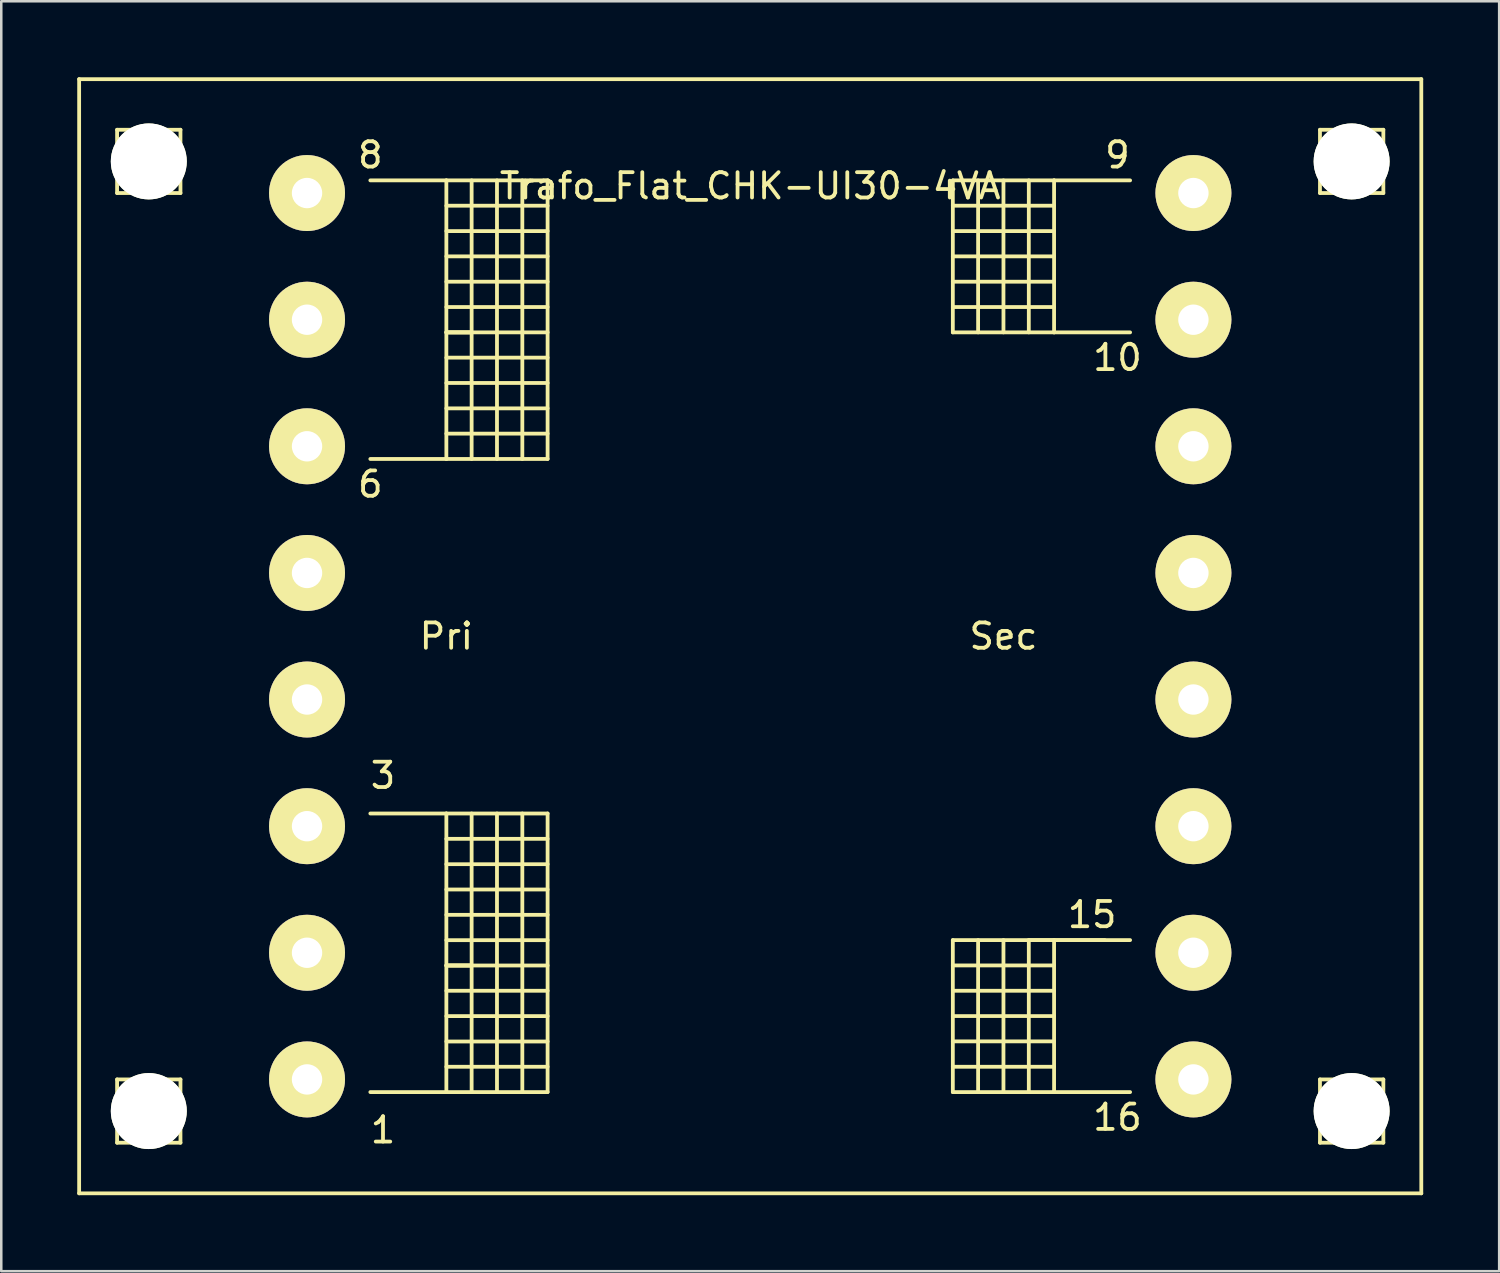
<source format=kicad_pcb>
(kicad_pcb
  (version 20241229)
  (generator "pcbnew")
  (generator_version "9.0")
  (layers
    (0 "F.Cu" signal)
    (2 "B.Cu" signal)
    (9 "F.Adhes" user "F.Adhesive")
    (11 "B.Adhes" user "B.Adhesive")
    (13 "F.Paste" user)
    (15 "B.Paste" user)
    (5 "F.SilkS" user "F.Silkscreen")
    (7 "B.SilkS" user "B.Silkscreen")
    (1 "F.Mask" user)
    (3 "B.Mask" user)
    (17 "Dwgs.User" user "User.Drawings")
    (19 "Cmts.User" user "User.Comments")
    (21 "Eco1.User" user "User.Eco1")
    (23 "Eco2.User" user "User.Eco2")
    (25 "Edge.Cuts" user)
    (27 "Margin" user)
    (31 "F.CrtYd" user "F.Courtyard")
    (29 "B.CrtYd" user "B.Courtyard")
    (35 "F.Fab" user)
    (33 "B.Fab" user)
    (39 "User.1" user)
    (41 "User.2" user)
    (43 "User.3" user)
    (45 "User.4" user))
  (footprint "Trafo_Flat_CHK-UI30-4VA"
    (layer "F.Cu")
    (at 26.575 22.074)
    (property "Reference" "Trafo_Flat_CHK-UI30-4VA" (at 0 -17.78 0) (layer "F.SilkS") (effects (font (size 1 1) (thickness 0.15))))
    (attr through_hole)
    (fp_line (start -26.5 -21.999) (end -26.5 21.999) (stroke (width 0.15) (type solid)) (layer "F.SilkS"))
    (fp_line (start -26.5 21.999) (end 26.5 21.999) (stroke (width 0.15) (type solid)) (layer "F.SilkS"))
    (fp_line (start -25.001 -20) (end -25.001 -17.501) (stroke (width 0.15) (type solid)) (layer "F.SilkS"))
    (fp_line (start -25.001 -17.501) (end -22.499 -17.501) (stroke (width 0.15) (type solid)) (layer "F.SilkS"))
    (fp_line (start -25.001 17.501) (end -25.001 20) (stroke (width 0.15) (type solid)) (layer "F.SilkS"))
    (fp_line (start -25.001 20) (end -22.499 20) (stroke (width 0.15) (type solid)) (layer "F.SilkS"))
    (fp_line (start -23.749 -20) (end -25.001 -20) (stroke (width 0.15) (type solid)) (layer "F.SilkS"))
    (fp_line (start -23.749 17.501) (end -25.001 17.501) (stroke (width 0.15) (type solid)) (layer "F.SilkS"))
    (fp_line (start -22.499 -20) (end -23.749 -20) (stroke (width 0.15) (type solid)) (layer "F.SilkS"))
    (fp_line (start -22.499 -17.501) (end -22.499 -20) (stroke (width 0.15) (type solid)) (layer "F.SilkS"))
    (fp_line (start -22.499 17.501) (end -23.749 17.501) (stroke (width 0.15) (type solid)) (layer "F.SilkS"))
    (fp_line (start -22.499 20) (end -22.499 17.501) (stroke (width 0.15) (type solid)) (layer "F.SilkS"))
    (fp_line (start -15.001 -18.001) (end -11.999 -18.001) (stroke (width 0.15) (type solid)) (layer "F.SilkS"))
    (fp_line (start -15.001 7) (end -11.999 7) (stroke (width 0.15) (type solid)) (layer "F.SilkS"))
    (fp_line (start -11.999 -18.001) (end -11.999 -7) (stroke (width 0.15) (type solid)) (layer "F.SilkS"))
    (fp_line (start -11.999 -18.001) (end -8.001 -18.001) (stroke (width 0.15) (type solid)) (layer "F.SilkS"))
    (fp_line (start -11.999 -17) (end -8.001 -17) (stroke (width 0.15) (type solid)) (layer "F.SilkS"))
    (fp_line (start -11.999 -15.999) (end -8.001 -15.999) (stroke (width 0.15) (type solid)) (layer "F.SilkS"))
    (fp_line (start -11.999 -15.001) (end -8.001 -15.001) (stroke (width 0.15) (type solid)) (layer "F.SilkS"))
    (fp_line (start -11.999 -14) (end -8.001 -14) (stroke (width 0.15) (type solid)) (layer "F.SilkS"))
    (fp_line (start -11.999 -13) (end -8.001 -13) (stroke (width 0.15) (type solid)) (layer "F.SilkS"))
    (fp_line (start -11.999 -11.999) (end -11.001 -11.999) (stroke (width 0.15) (type solid)) (layer "F.SilkS"))
    (fp_line (start -11.999 -11.001) (end -8.001 -11.001) (stroke (width 0.15) (type solid)) (layer "F.SilkS"))
    (fp_line (start -11.999 -8.999) (end -8.999 -8.999) (stroke (width 0.15) (type solid)) (layer "F.SilkS"))
    (fp_line (start -11.999 -7) (end -15.001 -7) (stroke (width 0.15) (type solid)) (layer "F.SilkS"))
    (fp_line (start -11.999 7) (end -11.999 18.001) (stroke (width 0.15) (type solid)) (layer "F.SilkS"))
    (fp_line (start -11.999 7) (end -8.001 7) (stroke (width 0.15) (type solid)) (layer "F.SilkS"))
    (fp_line (start -11.999 8.001) (end -8.001 8.001) (stroke (width 0.15) (type solid)) (layer "F.SilkS"))
    (fp_line (start -11.999 9.002) (end -8.001 9.002) (stroke (width 0.15) (type solid)) (layer "F.SilkS"))
    (fp_line (start -11.999 10) (end -8.001 10) (stroke (width 0.15) (type solid)) (layer "F.SilkS"))
    (fp_line (start -11.999 11.001) (end -8.001 11.001) (stroke (width 0.15) (type solid)) (layer "F.SilkS"))
    (fp_line (start -11.999 12.002) (end -8.001 12.002) (stroke (width 0.15) (type solid)) (layer "F.SilkS"))
    (fp_line (start -11.999 13.002) (end -11.001 13.002) (stroke (width 0.15) (type solid)) (layer "F.SilkS"))
    (fp_line (start -11.999 14) (end -8.001 14) (stroke (width 0.15) (type solid)) (layer "F.SilkS"))
    (fp_line (start -11.999 16.002) (end -8.999 16.002) (stroke (width 0.15) (type solid)) (layer "F.SilkS"))
    (fp_line (start -11.999 18.001) (end -15.001 18.001) (stroke (width 0.15) (type solid)) (layer "F.SilkS"))
    (fp_line (start -11.001 -18.001) (end -11.001 -7) (stroke (width 0.15) (type solid)) (layer "F.SilkS"))
    (fp_line (start -11.001 -11.999) (end -11.999 -11.999) (stroke (width 0.15) (type solid)) (layer "F.SilkS"))
    (fp_line (start -11.001 7) (end -11.001 18.001) (stroke (width 0.15) (type solid)) (layer "F.SilkS"))
    (fp_line (start -11.001 13.002) (end -11.999 13.002) (stroke (width 0.15) (type solid)) (layer "F.SilkS"))
    (fp_line (start -10 -7) (end -10 -18.001) (stroke (width 0.15) (type solid)) (layer "F.SilkS"))
    (fp_line (start -10 18.001) (end -10 7) (stroke (width 0.15) (type solid)) (layer "F.SilkS"))
    (fp_line (start -8.999 -18.001) (end -8.999 -7) (stroke (width 0.15) (type solid)) (layer "F.SilkS"))
    (fp_line (start -8.999 -8.999) (end -8.001 -8.999) (stroke (width 0.15) (type solid)) (layer "F.SilkS"))
    (fp_line (start -8.999 7) (end -8.999 18.001) (stroke (width 0.15) (type solid)) (layer "F.SilkS"))
    (fp_line (start -8.999 16.002) (end -8.001 16.002) (stroke (width 0.15) (type solid)) (layer "F.SilkS"))
    (fp_line (start -8.001 -18.001) (end -8.001 -7) (stroke (width 0.15) (type solid)) (layer "F.SilkS"))
    (fp_line (start -8.001 -11.999) (end -11.999 -11.999) (stroke (width 0.15) (type solid)) (layer "F.SilkS"))
    (fp_line (start -8.001 -10) (end -11.999 -10) (stroke (width 0.15) (type solid)) (layer "F.SilkS"))
    (fp_line (start -8.001 -8.001) (end -11.999 -8.001) (stroke (width 0.15) (type solid)) (layer "F.SilkS"))
    (fp_line (start -8.001 -7) (end -11.999 -7) (stroke (width 0.15) (type solid)) (layer "F.SilkS"))
    (fp_line (start -8.001 7) (end -8.001 18.001) (stroke (width 0.15) (type solid)) (layer "F.SilkS"))
    (fp_line (start -8.001 13.002) (end -11.999 13.002) (stroke (width 0.15) (type solid)) (layer "F.SilkS"))
    (fp_line (start -8.001 15.001) (end -11.999 15.001) (stroke (width 0.15) (type solid)) (layer "F.SilkS"))
    (fp_line (start -8.001 17) (end -11.999 17) (stroke (width 0.15) (type solid)) (layer "F.SilkS"))
    (fp_line (start -8.001 18.001) (end -11.999 18.001) (stroke (width 0.15) (type solid)) (layer "F.SilkS"))
    (fp_line (start 8.001 -18.001) (end 8.001 -11.999) (stroke (width 0.15) (type solid)) (layer "F.SilkS"))
    (fp_line (start 8.001 -17) (end 11.999 -17) (stroke (width 0.15) (type solid)) (layer "F.SilkS"))
    (fp_line (start 8.001 -15.001) (end 11.999 -15.001) (stroke (width 0.15) (type solid)) (layer "F.SilkS"))
    (fp_line (start 8.001 -14) (end 11.999 -14) (stroke (width 0.15) (type solid)) (layer "F.SilkS"))
    (fp_line (start 8.001 -11.999) (end 11.999 -11.999) (stroke (width 0.15) (type solid)) (layer "F.SilkS"))
    (fp_line (start 8.001 11.999) (end 8.001 18.001) (stroke (width 0.15) (type solid)) (layer "F.SilkS"))
    (fp_line (start 8.001 13) (end 11.999 13) (stroke (width 0.15) (type solid)) (layer "F.SilkS"))
    (fp_line (start 8.001 14.999) (end 11.999 14.999) (stroke (width 0.15) (type solid)) (layer "F.SilkS"))
    (fp_line (start 8.001 15.999) (end 11.999 15.999) (stroke (width 0.15) (type solid)) (layer "F.SilkS"))
    (fp_line (start 8.001 18.001) (end 11.999 18.001) (stroke (width 0.15) (type solid)) (layer "F.SilkS"))
    (fp_line (start 8.999 -18.001) (end 8.999 -11.999) (stroke (width 0.15) (type solid)) (layer "F.SilkS"))
    (fp_line (start 8.999 11.999) (end 8.999 18.001) (stroke (width 0.15) (type solid)) (layer "F.SilkS"))
    (fp_line (start 10 -18.001) (end 10 -11.999) (stroke (width 0.15) (type solid)) (layer "F.SilkS"))
    (fp_line (start 10 11.999) (end 10 18.001) (stroke (width 0.15) (type solid)) (layer "F.SilkS"))
    (fp_line (start 11.001 -18.001) (end 11.001 -11.999) (stroke (width 0.15) (type solid)) (layer "F.SilkS"))
    (fp_line (start 11.001 11.999) (end 11.001 18.001) (stroke (width 0.15) (type solid)) (layer "F.SilkS"))
    (fp_line (start 11.999 -18.001) (end 8.001 -18.001) (stroke (width 0.15) (type solid)) (layer "F.SilkS"))
    (fp_line (start 11.999 -18.001) (end 11.999 -11.999) (stroke (width 0.15) (type solid)) (layer "F.SilkS"))
    (fp_line (start 11.999 -15.999) (end 8.001 -15.999) (stroke (width 0.15) (type solid)) (layer "F.SilkS"))
    (fp_line (start 11.999 -13) (end 8.001 -13) (stroke (width 0.15) (type solid)) (layer "F.SilkS"))
    (fp_line (start 11.999 -11.999) (end 15.001 -11.999) (stroke (width 0.15) (type solid)) (layer "F.SilkS"))
    (fp_line (start 11.999 11.999) (end 8.001 11.999) (stroke (width 0.15) (type solid)) (layer "F.SilkS"))
    (fp_line (start 11.999 11.999) (end 11.999 18.001) (stroke (width 0.15) (type solid)) (layer "F.SilkS"))
    (fp_line (start 11.999 14) (end 8.001 14) (stroke (width 0.15) (type solid)) (layer "F.SilkS"))
    (fp_line (start 11.999 17) (end 8.001 17) (stroke (width 0.15) (type solid)) (layer "F.SilkS"))
    (fp_line (start 11.999 18.001) (end 15.001 18.001) (stroke (width 0.15) (type solid)) (layer "F.SilkS"))
    (fp_line (start 14 11.999) (end 10.998 11.999) (stroke (width 0.15) (type solid)) (layer "F.SilkS"))
    (fp_line (start 15.001 -18.001) (end 11.999 -18.001) (stroke (width 0.15) (type solid)) (layer "F.SilkS"))
    (fp_line (start 15.001 11.999) (end 11.999 11.999) (stroke (width 0.15) (type solid)) (layer "F.SilkS"))
    (fp_line (start 22.499 -20) (end 22.499 -17.501) (stroke (width 0.15) (type solid)) (layer "F.SilkS"))
    (fp_line (start 22.499 -17.501) (end 25.001 -17.501) (stroke (width 0.15) (type solid)) (layer "F.SilkS"))
    (fp_line (start 22.499 17.501) (end 22.499 20) (stroke (width 0.15) (type solid)) (layer "F.SilkS"))
    (fp_line (start 22.499 20) (end 25.001 20) (stroke (width 0.15) (type solid)) (layer "F.SilkS"))
    (fp_line (start 23.749 -20) (end 22.499 -20) (stroke (width 0.15) (type solid)) (layer "F.SilkS"))
    (fp_line (start 23.749 17.501) (end 22.499 17.501) (stroke (width 0.15) (type solid)) (layer "F.SilkS"))
    (fp_line (start 25.001 -20) (end 23.749 -20) (stroke (width 0.15) (type solid)) (layer "F.SilkS"))
    (fp_line (start 25.001 -17.501) (end 25.001 -20) (stroke (width 0.15) (type solid)) (layer "F.SilkS"))
    (fp_line (start 25.001 17.501) (end 23.749 17.501) (stroke (width 0.15) (type solid)) (layer "F.SilkS"))
    (fp_line (start 25.001 20) (end 25.001 17.501) (stroke (width 0.15) (type solid)) (layer "F.SilkS"))
    (fp_line (start 26.5 -21.999) (end -26.5 -21.999) (stroke (width 0.15) (type solid)) (layer "F.SilkS"))
    (fp_line (start 26.5 21.999) (end 26.5 -21.999) (stroke (width 0.15) (type solid)) (layer "F.SilkS"))
    (fp_text user "10" (at 14.501 -11.003 0) (layer "F.SilkS") (effects (font (size 1 1) (thickness 0.15))))
    (fp_text user "8" (at -15.001 -19.002 0) (layer "F.SilkS") (effects (font (size 1 1) (thickness 0.15))))
    (fp_text user "1" (at -14.501 19.5 0) (layer "F.SilkS") (effects (font (size 1 1) (thickness 0.15))))
    (fp_text user "3" (at -14.501 5.499 0) (layer "F.SilkS") (effects (font (size 1 1) (thickness 0.15))))
    (fp_text user "16" (at 14.501 18.999 0) (layer "F.SilkS") (effects (font (size 1 1) (thickness 0.15))))
    (fp_text user "Pri" (at -11.999 0 0) (layer "F.SilkS") (effects (font (size 1 1) (thickness 0.15))))
    (fp_text user "15" (at 13.5 10.998 0) (layer "F.SilkS") (effects (font (size 1 1) (thickness 0.15))))
    (fp_text user "9" (at 14.501 -19.002 0) (layer "F.SilkS") (effects (font (size 1 1) (thickness 0.15))))
    (fp_text user "Sec" (at 10 0 0) (layer "F.SilkS") (effects (font (size 1 1) (thickness 0.15))))
    (fp_text user "6" (at -15.001 -6.002 0) (layer "F.SilkS") (effects (font (size 1 1) (thickness 0.15))))
    (pad "" np_thru_hole circle (at -23.749 -18.75) (size 3 3) (drill 3) (layers "*.Cu" "*.Mask" "F.SilkS"))
    (pad "" np_thru_hole circle (at -23.749 18.75) (size 3 3) (drill 3) (layers "*.Cu" "*.Mask" "F.SilkS"))
    (pad "" np_thru_hole circle (at 23.749 -18.75) (size 3 3) (drill 3) (layers "*.Cu" "*.Mask" "F.SilkS"))
    (pad "" np_thru_hole circle (at 23.749 18.75) (size 3 3) (drill 3) (layers "*.Cu" "*.Mask" "F.SilkS"))
    (pad "1" thru_hole circle (at -17.501 17.501) (size 3 3) (drill 1.199) (layers "*.Cu" "*.Mask" "F.SilkS"))
    (pad "2" thru_hole circle (at -17.501 12.499) (size 3 3) (drill 1.199) (layers "*.Cu" "*.Mask" "F.SilkS"))
    (pad "3" thru_hole circle (at -17.501 7.501) (size 3 3) (drill 1.199) (layers "*.Cu" "*.Mask" "F.SilkS"))
    (pad "4" thru_hole circle (at -17.501 2.499) (size 3 3) (drill 1.199) (layers "*.Cu" "*.Mask" "F.SilkS"))
    (pad "5" thru_hole circle (at -17.501 -2.499) (size 3 3) (drill 1.199) (layers "*.Cu" "*.Mask" "F.SilkS"))
    (pad "6" thru_hole circle (at -17.501 -7.501) (size 3 3) (drill 1.199) (layers "*.Cu" "*.Mask" "F.SilkS"))
    (pad "7" thru_hole circle (at -17.501 -12.499) (size 3 3) (drill 1.199) (layers "*.Cu" "*.Mask" "F.SilkS"))
    (pad "8" thru_hole circle (at -17.501 -17.501) (size 3 3) (drill 1.199) (layers "*.Cu" "*.Mask" "F.SilkS"))
    (pad "9" thru_hole circle (at 17.501 -17.501) (size 3 3) (drill 1.199) (layers "*.Cu" "*.Mask" "F.SilkS"))
    (pad "10" thru_hole circle (at 17.501 -12.499) (size 3 3) (drill 1.199) (layers "*.Cu" "*.Mask" "F.SilkS"))
    (pad "11" thru_hole circle (at 17.501 -7.501) (size 3 3) (drill 1.199) (layers "*.Cu" "*.Mask" "F.SilkS"))
    (pad "12" thru_hole circle (at 17.501 -2.499) (size 3 3) (drill 1.199) (layers "*.Cu" "*.Mask" "F.SilkS"))
    (pad "13" thru_hole circle (at 17.501 2.499) (size 3 3) (drill 1.199) (layers "*.Cu" "*.Mask" "F.SilkS"))
    (pad "14" thru_hole circle (at 17.501 7.501) (size 3 3) (drill 1.199) (layers "*.Cu" "*.Mask" "F.SilkS"))
    (pad "15" thru_hole circle (at 17.501 12.499) (size 3 3) (drill 1.199) (layers "*.Cu" "*.Mask" "F.SilkS"))
    (pad "16" thru_hole circle (at 17.501 17.501) (size 3 3) (drill 1.199) (layers "*.Cu" "*.Mask" "F.SilkS")))
  (gr_rect
    (start -3 -3)
    (end 56.15 47.148)
    (stroke (width 0.1) (type default))
    (fill no)
    (layer "Edge.Cuts")))
</source>
